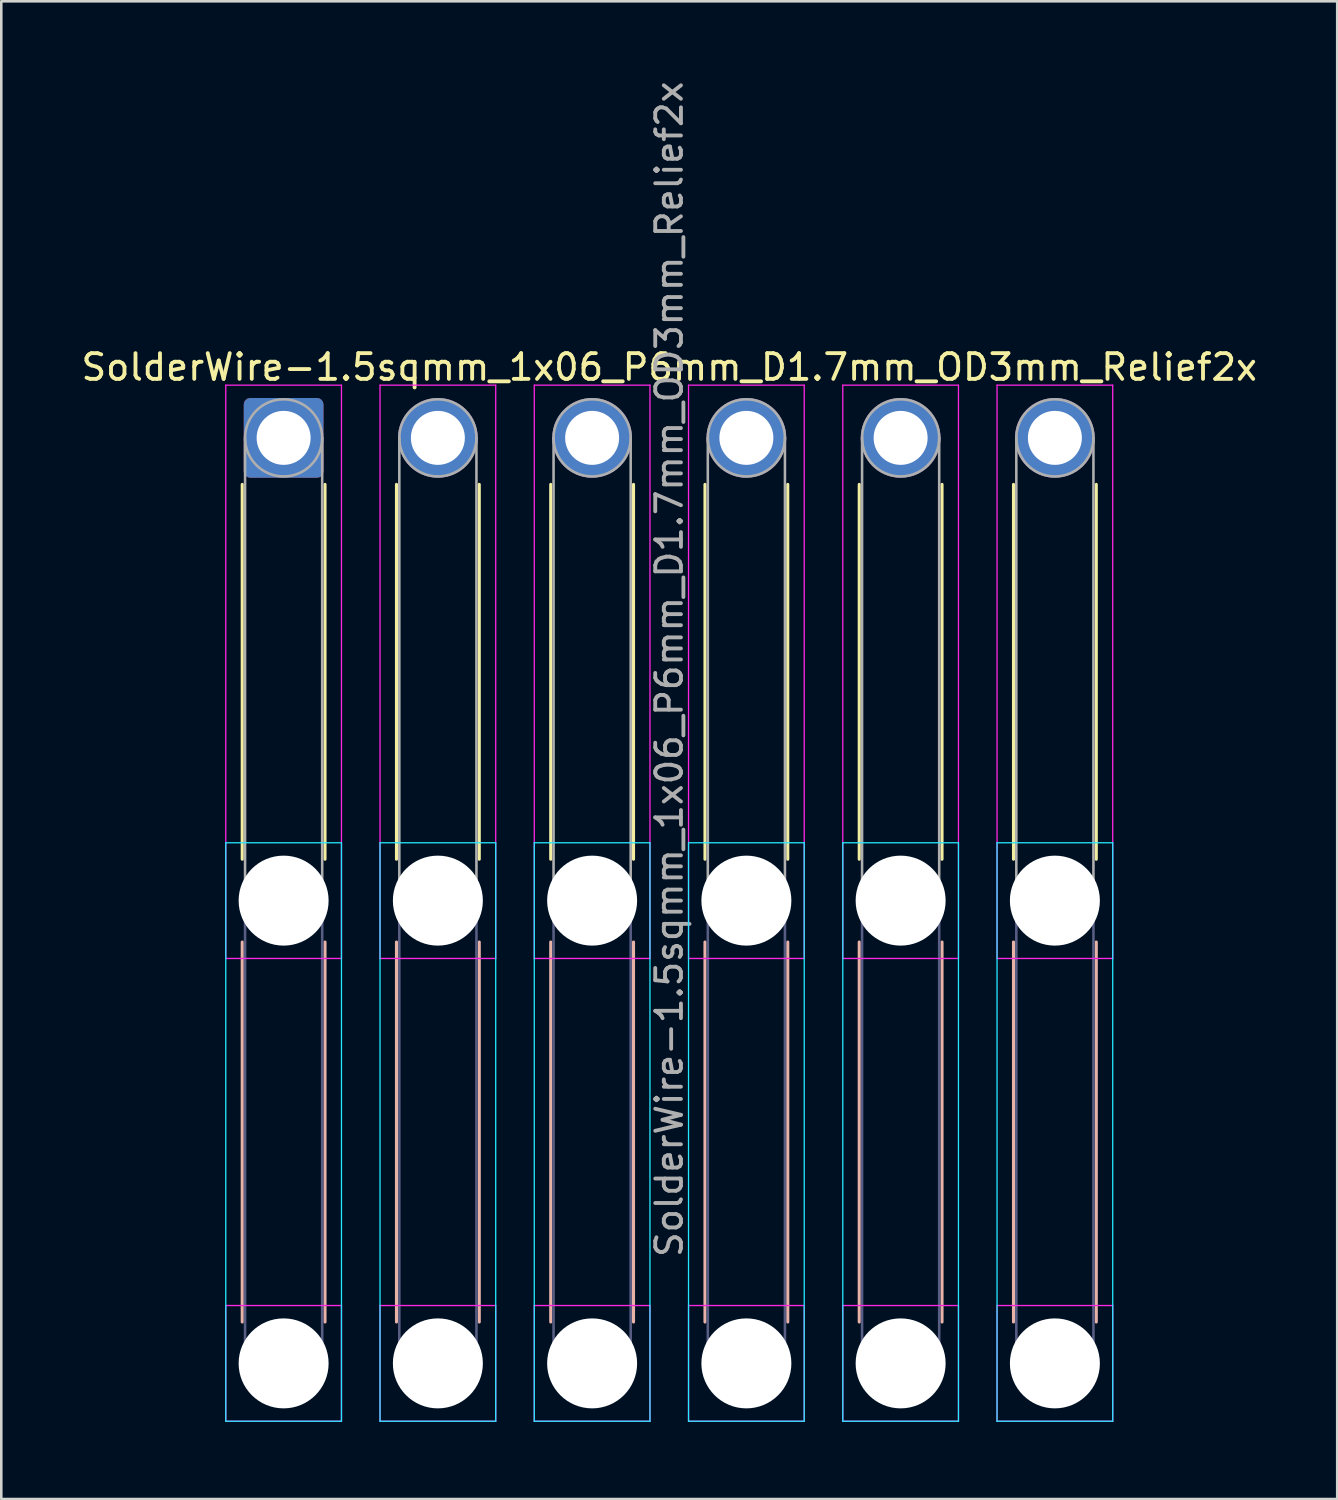
<source format=kicad_pcb>
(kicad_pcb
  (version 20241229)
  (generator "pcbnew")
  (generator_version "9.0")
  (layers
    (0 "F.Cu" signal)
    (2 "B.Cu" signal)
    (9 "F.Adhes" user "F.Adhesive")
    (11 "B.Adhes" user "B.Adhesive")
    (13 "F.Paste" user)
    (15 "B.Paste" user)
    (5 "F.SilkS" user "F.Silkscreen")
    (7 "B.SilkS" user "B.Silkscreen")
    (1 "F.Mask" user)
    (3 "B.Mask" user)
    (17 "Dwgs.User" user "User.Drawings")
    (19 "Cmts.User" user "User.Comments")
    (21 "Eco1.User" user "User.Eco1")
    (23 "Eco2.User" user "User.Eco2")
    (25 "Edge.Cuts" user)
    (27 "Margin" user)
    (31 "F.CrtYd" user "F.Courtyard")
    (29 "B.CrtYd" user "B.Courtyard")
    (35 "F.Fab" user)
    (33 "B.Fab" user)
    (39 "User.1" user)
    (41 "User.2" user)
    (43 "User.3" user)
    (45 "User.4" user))
  (footprint "SolderWire-1.5sqmm_1x06_P6mm_D1.7mm_OD3mm_Relief2x"
    (layer "F.Cu")
    (at 7.982 13.982)
    (property "Reference" "SolderWire-1.5sqmm_1x06_P6mm_D1.7mm_OD3mm_Relief2x" (at 15 -2.75 0) (layer "F.SilkS") (effects (font (size 1 1) (thickness 0.15))))
    (attr exclude_from_pos_files exclude_from_bom)
    (fp_line (start -1.61 1.81) (end -1.61 16.39) (stroke (width 0.12) (type solid)) (layer "F.SilkS"))
    (fp_line (start 1.61 1.81) (end 1.61 16.39) (stroke (width 0.12) (type solid)) (layer "F.SilkS"))
    (fp_line (start 4.39 1.81) (end 4.39 16.39) (stroke (width 0.12) (type solid)) (layer "F.SilkS"))
    (fp_line (start 7.61 1.81) (end 7.61 16.39) (stroke (width 0.12) (type solid)) (layer "F.SilkS"))
    (fp_line (start 10.39 1.81) (end 10.39 16.39) (stroke (width 0.12) (type solid)) (layer "F.SilkS"))
    (fp_line (start 13.61 1.81) (end 13.61 16.39) (stroke (width 0.12) (type solid)) (layer "F.SilkS"))
    (fp_line (start 16.39 1.81) (end 16.39 16.39) (stroke (width 0.12) (type solid)) (layer "F.SilkS"))
    (fp_line (start 19.61 1.81) (end 19.61 16.39) (stroke (width 0.12) (type solid)) (layer "F.SilkS"))
    (fp_line (start 22.39 1.81) (end 22.39 16.39) (stroke (width 0.12) (type solid)) (layer "F.SilkS"))
    (fp_line (start 25.61 1.81) (end 25.61 16.39) (stroke (width 0.12) (type solid)) (layer "F.SilkS"))
    (fp_line (start 28.39 1.81) (end 28.39 16.39) (stroke (width 0.12) (type solid)) (layer "F.SilkS"))
    (fp_line (start 31.61 1.81) (end 31.61 16.39) (stroke (width 0.12) (type solid)) (layer "F.SilkS"))
    (fp_line (start -1.61 19.61) (end -1.61 34.39) (stroke (width 0.12) (type solid)) (layer "B.SilkS"))
    (fp_line (start 1.61 19.61) (end 1.61 34.39) (stroke (width 0.12) (type solid)) (layer "B.SilkS"))
    (fp_line (start 4.39 19.61) (end 4.39 34.39) (stroke (width 0.12) (type solid)) (layer "B.SilkS"))
    (fp_line (start 7.61 19.61) (end 7.61 34.39) (stroke (width 0.12) (type solid)) (layer "B.SilkS"))
    (fp_line (start 10.39 19.61) (end 10.39 34.39) (stroke (width 0.12) (type solid)) (layer "B.SilkS"))
    (fp_line (start 13.61 19.61) (end 13.61 34.39) (stroke (width 0.12) (type solid)) (layer "B.SilkS"))
    (fp_line (start 16.39 19.61) (end 16.39 34.39) (stroke (width 0.12) (type solid)) (layer "B.SilkS"))
    (fp_line (start 19.61 19.61) (end 19.61 34.39) (stroke (width 0.12) (type solid)) (layer "B.SilkS"))
    (fp_line (start 22.39 19.61) (end 22.39 34.39) (stroke (width 0.12) (type solid)) (layer "B.SilkS"))
    (fp_line (start 25.61 19.61) (end 25.61 34.39) (stroke (width 0.12) (type solid)) (layer "B.SilkS"))
    (fp_line (start 28.39 19.61) (end 28.39 34.39) (stroke (width 0.12) (type solid)) (layer "B.SilkS"))
    (fp_line (start 31.61 19.61) (end 31.61 34.39) (stroke (width 0.12) (type solid)) (layer "B.SilkS"))
    (fp_line (start -2.25 15.75) (end -2.25 38.25) (stroke (width 0.05) (type solid)) (layer "B.CrtYd"))
    (fp_line (start -2.25 38.25) (end 2.25 38.25) (stroke (width 0.05) (type solid)) (layer "B.CrtYd"))
    (fp_line (start 2.25 15.75) (end -2.25 15.75) (stroke (width 0.05) (type solid)) (layer "B.CrtYd"))
    (fp_line (start 2.25 38.25) (end 2.25 15.75) (stroke (width 0.05) (type solid)) (layer "B.CrtYd"))
    (fp_line (start 3.75 15.75) (end 3.75 38.25) (stroke (width 0.05) (type solid)) (layer "B.CrtYd"))
    (fp_line (start 3.75 38.25) (end 8.25 38.25) (stroke (width 0.05) (type solid)) (layer "B.CrtYd"))
    (fp_line (start 8.25 15.75) (end 3.75 15.75) (stroke (width 0.05) (type solid)) (layer "B.CrtYd"))
    (fp_line (start 8.25 38.25) (end 8.25 15.75) (stroke (width 0.05) (type solid)) (layer "B.CrtYd"))
    (fp_line (start 9.75 15.75) (end 9.75 38.25) (stroke (width 0.05) (type solid)) (layer "B.CrtYd"))
    (fp_line (start 9.75 38.25) (end 14.25 38.25) (stroke (width 0.05) (type solid)) (layer "B.CrtYd"))
    (fp_line (start 14.25 15.75) (end 9.75 15.75) (stroke (width 0.05) (type solid)) (layer "B.CrtYd"))
    (fp_line (start 14.25 38.25) (end 14.25 15.75) (stroke (width 0.05) (type solid)) (layer "B.CrtYd"))
    (fp_line (start 15.75 15.75) (end 15.75 38.25) (stroke (width 0.05) (type solid)) (layer "B.CrtYd"))
    (fp_line (start 15.75 38.25) (end 20.25 38.25) (stroke (width 0.05) (type solid)) (layer "B.CrtYd"))
    (fp_line (start 20.25 15.75) (end 15.75 15.75) (stroke (width 0.05) (type solid)) (layer "B.CrtYd"))
    (fp_line (start 20.25 38.25) (end 20.25 15.75) (stroke (width 0.05) (type solid)) (layer "B.CrtYd"))
    (fp_line (start 21.75 15.75) (end 21.75 38.25) (stroke (width 0.05) (type solid)) (layer "B.CrtYd"))
    (fp_line (start 21.75 38.25) (end 26.25 38.25) (stroke (width 0.05) (type solid)) (layer "B.CrtYd"))
    (fp_line (start 26.25 15.75) (end 21.75 15.75) (stroke (width 0.05) (type solid)) (layer "B.CrtYd"))
    (fp_line (start 26.25 38.25) (end 26.25 15.75) (stroke (width 0.05) (type solid)) (layer "B.CrtYd"))
    (fp_line (start 27.75 15.75) (end 27.75 38.25) (stroke (width 0.05) (type solid)) (layer "B.CrtYd"))
    (fp_line (start 27.75 38.25) (end 32.25 38.25) (stroke (width 0.05) (type solid)) (layer "B.CrtYd"))
    (fp_line (start 32.25 15.75) (end 27.75 15.75) (stroke (width 0.05) (type solid)) (layer "B.CrtYd"))
    (fp_line (start 32.25 38.25) (end 32.25 15.75) (stroke (width 0.05) (type solid)) (layer "B.CrtYd"))
    (fp_line (start -2.25 -2.05) (end -2.25 20.25) (stroke (width 0.05) (type solid)) (layer "F.CrtYd"))
    (fp_line (start -2.25 20.25) (end 2.25 20.25) (stroke (width 0.05) (type solid)) (layer "F.CrtYd"))
    (fp_line (start -2.25 33.75) (end -2.25 38.25) (stroke (width 0.05) (type solid)) (layer "F.CrtYd"))
    (fp_line (start -2.25 38.25) (end 2.25 38.25) (stroke (width 0.05) (type solid)) (layer "F.CrtYd"))
    (fp_line (start 2.25 -2.05) (end -2.25 -2.05) (stroke (width 0.05) (type solid)) (layer "F.CrtYd"))
    (fp_line (start 2.25 20.25) (end 2.25 -2.05) (stroke (width 0.05) (type solid)) (layer "F.CrtYd"))
    (fp_line (start 2.25 33.75) (end -2.25 33.75) (stroke (width 0.05) (type solid)) (layer "F.CrtYd"))
    (fp_line (start 2.25 38.25) (end 2.25 33.75) (stroke (width 0.05) (type solid)) (layer "F.CrtYd"))
    (fp_line (start 3.75 -2.05) (end 3.75 20.25) (stroke (width 0.05) (type solid)) (layer "F.CrtYd"))
    (fp_line (start 3.75 20.25) (end 8.25 20.25) (stroke (width 0.05) (type solid)) (layer "F.CrtYd"))
    (fp_line (start 3.75 33.75) (end 3.75 38.25) (stroke (width 0.05) (type solid)) (layer "F.CrtYd"))
    (fp_line (start 3.75 38.25) (end 8.25 38.25) (stroke (width 0.05) (type solid)) (layer "F.CrtYd"))
    (fp_line (start 8.25 -2.05) (end 3.75 -2.05) (stroke (width 0.05) (type solid)) (layer "F.CrtYd"))
    (fp_line (start 8.25 20.25) (end 8.25 -2.05) (stroke (width 0.05) (type solid)) (layer "F.CrtYd"))
    (fp_line (start 8.25 33.75) (end 3.75 33.75) (stroke (width 0.05) (type solid)) (layer "F.CrtYd"))
    (fp_line (start 8.25 38.25) (end 8.25 33.75) (stroke (width 0.05) (type solid)) (layer "F.CrtYd"))
    (fp_line (start 9.75 -2.05) (end 9.75 20.25) (stroke (width 0.05) (type solid)) (layer "F.CrtYd"))
    (fp_line (start 9.75 20.25) (end 14.25 20.25) (stroke (width 0.05) (type solid)) (layer "F.CrtYd"))
    (fp_line (start 9.75 33.75) (end 9.75 38.25) (stroke (width 0.05) (type solid)) (layer "F.CrtYd"))
    (fp_line (start 9.75 38.25) (end 14.25 38.25) (stroke (width 0.05) (type solid)) (layer "F.CrtYd"))
    (fp_line (start 14.25 -2.05) (end 9.75 -2.05) (stroke (width 0.05) (type solid)) (layer "F.CrtYd"))
    (fp_line (start 14.25 20.25) (end 14.25 -2.05) (stroke (width 0.05) (type solid)) (layer "F.CrtYd"))
    (fp_line (start 14.25 33.75) (end 9.75 33.75) (stroke (width 0.05) (type solid)) (layer "F.CrtYd"))
    (fp_line (start 14.25 38.25) (end 14.25 33.75) (stroke (width 0.05) (type solid)) (layer "F.CrtYd"))
    (fp_line (start 15.75 -2.05) (end 15.75 20.25) (stroke (width 0.05) (type solid)) (layer "F.CrtYd"))
    (fp_line (start 15.75 20.25) (end 20.25 20.25) (stroke (width 0.05) (type solid)) (layer "F.CrtYd"))
    (fp_line (start 15.75 33.75) (end 15.75 38.25) (stroke (width 0.05) (type solid)) (layer "F.CrtYd"))
    (fp_line (start 15.75 38.25) (end 20.25 38.25) (stroke (width 0.05) (type solid)) (layer "F.CrtYd"))
    (fp_line (start 20.25 -2.05) (end 15.75 -2.05) (stroke (width 0.05) (type solid)) (layer "F.CrtYd"))
    (fp_line (start 20.25 20.25) (end 20.25 -2.05) (stroke (width 0.05) (type solid)) (layer "F.CrtYd"))
    (fp_line (start 20.25 33.75) (end 15.75 33.75) (stroke (width 0.05) (type solid)) (layer "F.CrtYd"))
    (fp_line (start 20.25 38.25) (end 20.25 33.75) (stroke (width 0.05) (type solid)) (layer "F.CrtYd"))
    (fp_line (start 21.75 -2.05) (end 21.75 20.25) (stroke (width 0.05) (type solid)) (layer "F.CrtYd"))
    (fp_line (start 21.75 20.25) (end 26.25 20.25) (stroke (width 0.05) (type solid)) (layer "F.CrtYd"))
    (fp_line (start 21.75 33.75) (end 21.75 38.25) (stroke (width 0.05) (type solid)) (layer "F.CrtYd"))
    (fp_line (start 21.75 38.25) (end 26.25 38.25) (stroke (width 0.05) (type solid)) (layer "F.CrtYd"))
    (fp_line (start 26.25 -2.05) (end 21.75 -2.05) (stroke (width 0.05) (type solid)) (layer "F.CrtYd"))
    (fp_line (start 26.25 20.25) (end 26.25 -2.05) (stroke (width 0.05) (type solid)) (layer "F.CrtYd"))
    (fp_line (start 26.25 33.75) (end 21.75 33.75) (stroke (width 0.05) (type solid)) (layer "F.CrtYd"))
    (fp_line (start 26.25 38.25) (end 26.25 33.75) (stroke (width 0.05) (type solid)) (layer "F.CrtYd"))
    (fp_line (start 27.75 -2.05) (end 27.75 20.25) (stroke (width 0.05) (type solid)) (layer "F.CrtYd"))
    (fp_line (start 27.75 20.25) (end 32.25 20.25) (stroke (width 0.05) (type solid)) (layer "F.CrtYd"))
    (fp_line (start 27.75 33.75) (end 27.75 38.25) (stroke (width 0.05) (type solid)) (layer "F.CrtYd"))
    (fp_line (start 27.75 38.25) (end 32.25 38.25) (stroke (width 0.05) (type solid)) (layer "F.CrtYd"))
    (fp_line (start 32.25 -2.05) (end 27.75 -2.05) (stroke (width 0.05) (type solid)) (layer "F.CrtYd"))
    (fp_line (start 32.25 20.25) (end 32.25 -2.05) (stroke (width 0.05) (type solid)) (layer "F.CrtYd"))
    (fp_line (start 32.25 33.75) (end 27.75 33.75) (stroke (width 0.05) (type solid)) (layer "F.CrtYd"))
    (fp_line (start 32.25 38.25) (end 32.25 33.75) (stroke (width 0.05) (type solid)) (layer "F.CrtYd"))
    (fp_line (start -1.5 18) (end -1.5 36) (stroke (width 0.1) (type solid)) (layer "B.Fab"))
    (fp_line (start 1.5 18) (end 1.5 36) (stroke (width 0.1) (type solid)) (layer "B.Fab"))
    (fp_line (start 4.5 18) (end 4.5 36) (stroke (width 0.1) (type solid)) (layer "B.Fab"))
    (fp_line (start 7.5 18) (end 7.5 36) (stroke (width 0.1) (type solid)) (layer "B.Fab"))
    (fp_line (start 10.5 18) (end 10.5 36) (stroke (width 0.1) (type solid)) (layer "B.Fab"))
    (fp_line (start 13.5 18) (end 13.5 36) (stroke (width 0.1) (type solid)) (layer "B.Fab"))
    (fp_line (start 16.5 18) (end 16.5 36) (stroke (width 0.1) (type solid)) (layer "B.Fab"))
    (fp_line (start 19.5 18) (end 19.5 36) (stroke (width 0.1) (type solid)) (layer "B.Fab"))
    (fp_line (start 22.5 18) (end 22.5 36) (stroke (width 0.1) (type solid)) (layer "B.Fab"))
    (fp_line (start 25.5 18) (end 25.5 36) (stroke (width 0.1) (type solid)) (layer "B.Fab"))
    (fp_line (start 28.5 18) (end 28.5 36) (stroke (width 0.1) (type solid)) (layer "B.Fab"))
    (fp_line (start 31.5 18) (end 31.5 36) (stroke (width 0.1) (type solid)) (layer "B.Fab"))
    (fp_circle (center 0 18) (end 1.5 18) (stroke (width 0.1) (type solid)) (fill no) (layer "B.Fab"))
    (fp_circle (center 0 36) (end 1.5 36) (stroke (width 0.1) (type solid)) (fill no) (layer "B.Fab"))
    (fp_circle (center 6 18) (end 7.5 18) (stroke (width 0.1) (type solid)) (fill no) (layer "B.Fab"))
    (fp_circle (center 6 36) (end 7.5 36) (stroke (width 0.1) (type solid)) (fill no) (layer "B.Fab"))
    (fp_circle (center 12 18) (end 13.5 18) (stroke (width 0.1) (type solid)) (fill no) (layer "B.Fab"))
    (fp_circle (center 12 36) (end 13.5 36) (stroke (width 0.1) (type solid)) (fill no) (layer "B.Fab"))
    (fp_circle (center 18 18) (end 19.5 18) (stroke (width 0.1) (type solid)) (fill no) (layer "B.Fab"))
    (fp_circle (center 18 36) (end 19.5 36) (stroke (width 0.1) (type solid)) (fill no) (layer "B.Fab"))
    (fp_circle (center 24 18) (end 25.5 18) (stroke (width 0.1) (type solid)) (fill no) (layer "B.Fab"))
    (fp_circle (center 24 36) (end 25.5 36) (stroke (width 0.1) (type solid)) (fill no) (layer "B.Fab"))
    (fp_circle (center 30 18) (end 31.5 18) (stroke (width 0.1) (type solid)) (fill no) (layer "B.Fab"))
    (fp_circle (center 30 36) (end 31.5 36) (stroke (width 0.1) (type solid)) (fill no) (layer "B.Fab"))
    (fp_line (start -1.5 0) (end -1.5 18) (stroke (width 0.1) (type solid)) (layer "F.Fab"))
    (fp_line (start 1.5 0) (end 1.5 18) (stroke (width 0.1) (type solid)) (layer "F.Fab"))
    (fp_line (start 4.5 0) (end 4.5 18) (stroke (width 0.1) (type solid)) (layer "F.Fab"))
    (fp_line (start 7.5 0) (end 7.5 18) (stroke (width 0.1) (type solid)) (layer "F.Fab"))
    (fp_line (start 10.5 0) (end 10.5 18) (stroke (width 0.1) (type solid)) (layer "F.Fab"))
    (fp_line (start 13.5 0) (end 13.5 18) (stroke (width 0.1) (type solid)) (layer "F.Fab"))
    (fp_line (start 16.5 0) (end 16.5 18) (stroke (width 0.1) (type solid)) (layer "F.Fab"))
    (fp_line (start 19.5 0) (end 19.5 18) (stroke (width 0.1) (type solid)) (layer "F.Fab"))
    (fp_line (start 22.5 0) (end 22.5 18) (stroke (width 0.1) (type solid)) (layer "F.Fab"))
    (fp_line (start 25.5 0) (end 25.5 18) (stroke (width 0.1) (type solid)) (layer "F.Fab"))
    (fp_line (start 28.5 0) (end 28.5 18) (stroke (width 0.1) (type solid)) (layer "F.Fab"))
    (fp_line (start 31.5 0) (end 31.5 18) (stroke (width 0.1) (type solid)) (layer "F.Fab"))
    (fp_circle (center 0 0) (end 1.5 0) (stroke (width 0.1) (type solid)) (fill no) (layer "F.Fab"))
    (fp_circle (center 0 18) (end 1.5 18) (stroke (width 0.1) (type solid)) (fill no) (layer "F.Fab"))
    (fp_circle (center 0 36) (end 1.5 36) (stroke (width 0.1) (type solid)) (fill no) (layer "F.Fab"))
    (fp_circle (center 6 0) (end 7.5 0) (stroke (width 0.1) (type solid)) (fill no) (layer "F.Fab"))
    (fp_circle (center 6 18) (end 7.5 18) (stroke (width 0.1) (type solid)) (fill no) (layer "F.Fab"))
    (fp_circle (center 6 36) (end 7.5 36) (stroke (width 0.1) (type solid)) (fill no) (layer "F.Fab"))
    (fp_circle (center 12 0) (end 13.5 0) (stroke (width 0.1) (type solid)) (fill no) (layer "F.Fab"))
    (fp_circle (center 12 18) (end 13.5 18) (stroke (width 0.1) (type solid)) (fill no) (layer "F.Fab"))
    (fp_circle (center 12 36) (end 13.5 36) (stroke (width 0.1) (type solid)) (fill no) (layer "F.Fab"))
    (fp_circle (center 18 0) (end 19.5 0) (stroke (width 0.1) (type solid)) (fill no) (layer "F.Fab"))
    (fp_circle (center 18 18) (end 19.5 18) (stroke (width 0.1) (type solid)) (fill no) (layer "F.Fab"))
    (fp_circle (center 18 36) (end 19.5 36) (stroke (width 0.1) (type solid)) (fill no) (layer "F.Fab"))
    (fp_circle (center 24 0) (end 25.5 0) (stroke (width 0.1) (type solid)) (fill no) (layer "F.Fab"))
    (fp_circle (center 24 18) (end 25.5 18) (stroke (width 0.1) (type solid)) (fill no) (layer "F.Fab"))
    (fp_circle (center 24 36) (end 25.5 36) (stroke (width 0.1) (type solid)) (fill no) (layer "F.Fab"))
    (fp_circle (center 30 0) (end 31.5 0) (stroke (width 0.1) (type solid)) (fill no) (layer "F.Fab"))
    (fp_circle (center 30 18) (end 31.5 18) (stroke (width 0.1) (type solid)) (fill no) (layer "F.Fab"))
    (fp_circle (center 30 36) (end 31.5 36) (stroke (width 0.1) (type solid)) (fill no) (layer "F.Fab"))
    (fp_text user "${REFERENCE}" (at 15 9 90) (layer "F.Fab") (effects (font (size 1 1) (thickness 0.15))))
    (pad "" np_thru_hole circle (at 0 18) (size 3.5 3.5) (drill 3.5) (layers "*.Cu" "*.Mask"))
    (pad "" np_thru_hole circle (at 0 36) (size 3.5 3.5) (drill 3.5) (layers "*.Cu" "*.Mask"))
    (pad "" np_thru_hole circle (at 6 18) (size 3.5 3.5) (drill 3.5) (layers "*.Cu" "*.Mask"))
    (pad "" np_thru_hole circle (at 6 36) (size 3.5 3.5) (drill 3.5) (layers "*.Cu" "*.Mask"))
    (pad "" np_thru_hole circle (at 12 18) (size 3.5 3.5) (drill 3.5) (layers "*.Cu" "*.Mask"))
    (pad "" np_thru_hole circle (at 12 36) (size 3.5 3.5) (drill 3.5) (layers "*.Cu" "*.Mask"))
    (pad "" np_thru_hole circle (at 18 18) (size 3.5 3.5) (drill 3.5) (layers "*.Cu" "*.Mask"))
    (pad "" np_thru_hole circle (at 18 36) (size 3.5 3.5) (drill 3.5) (layers "*.Cu" "*.Mask"))
    (pad "" np_thru_hole circle (at 24 18) (size 3.5 3.5) (drill 3.5) (layers "*.Cu" "*.Mask"))
    (pad "" np_thru_hole circle (at 24 36) (size 3.5 3.5) (drill 3.5) (layers "*.Cu" "*.Mask"))
    (pad "" np_thru_hole circle (at 30 18) (size 3.5 3.5) (drill 3.5) (layers "*.Cu" "*.Mask"))
    (pad "" np_thru_hole circle (at 30 36) (size 3.5 3.5) (drill 3.5) (layers "*.Cu" "*.Mask"))
    (pad "1" thru_hole roundrect (at 0 0) (size 3.1 3.1) (drill 2.1) (layers "*.Cu" "*.Mask") (roundrect_rratio 0.081))
    (pad "2" thru_hole circle (at 6 0) (size 3.1 3.1) (drill 2.1) (layers "*.Cu" "*.Mask"))
    (pad "3" thru_hole circle (at 12 0) (size 3.1 3.1) (drill 2.1) (layers "*.Cu" "*.Mask"))
    (pad "4" thru_hole circle (at 18 0) (size 3.1 3.1) (drill 2.1) (layers "*.Cu" "*.Mask"))
    (pad "5" thru_hole circle (at 24 0) (size 3.1 3.1) (drill 2.1) (layers "*.Cu" "*.Mask"))
    (pad "6" thru_hole circle (at 30 0) (size 3.1 3.1) (drill 2.1) (layers "*.Cu" "*.Mask")))
  (gr_rect
    (start -3 -3)
    (end 48.964 55.257)
    (stroke (width 0.1) (type default))
    (fill no)
    (layer "Edge.Cuts")))
</source>
